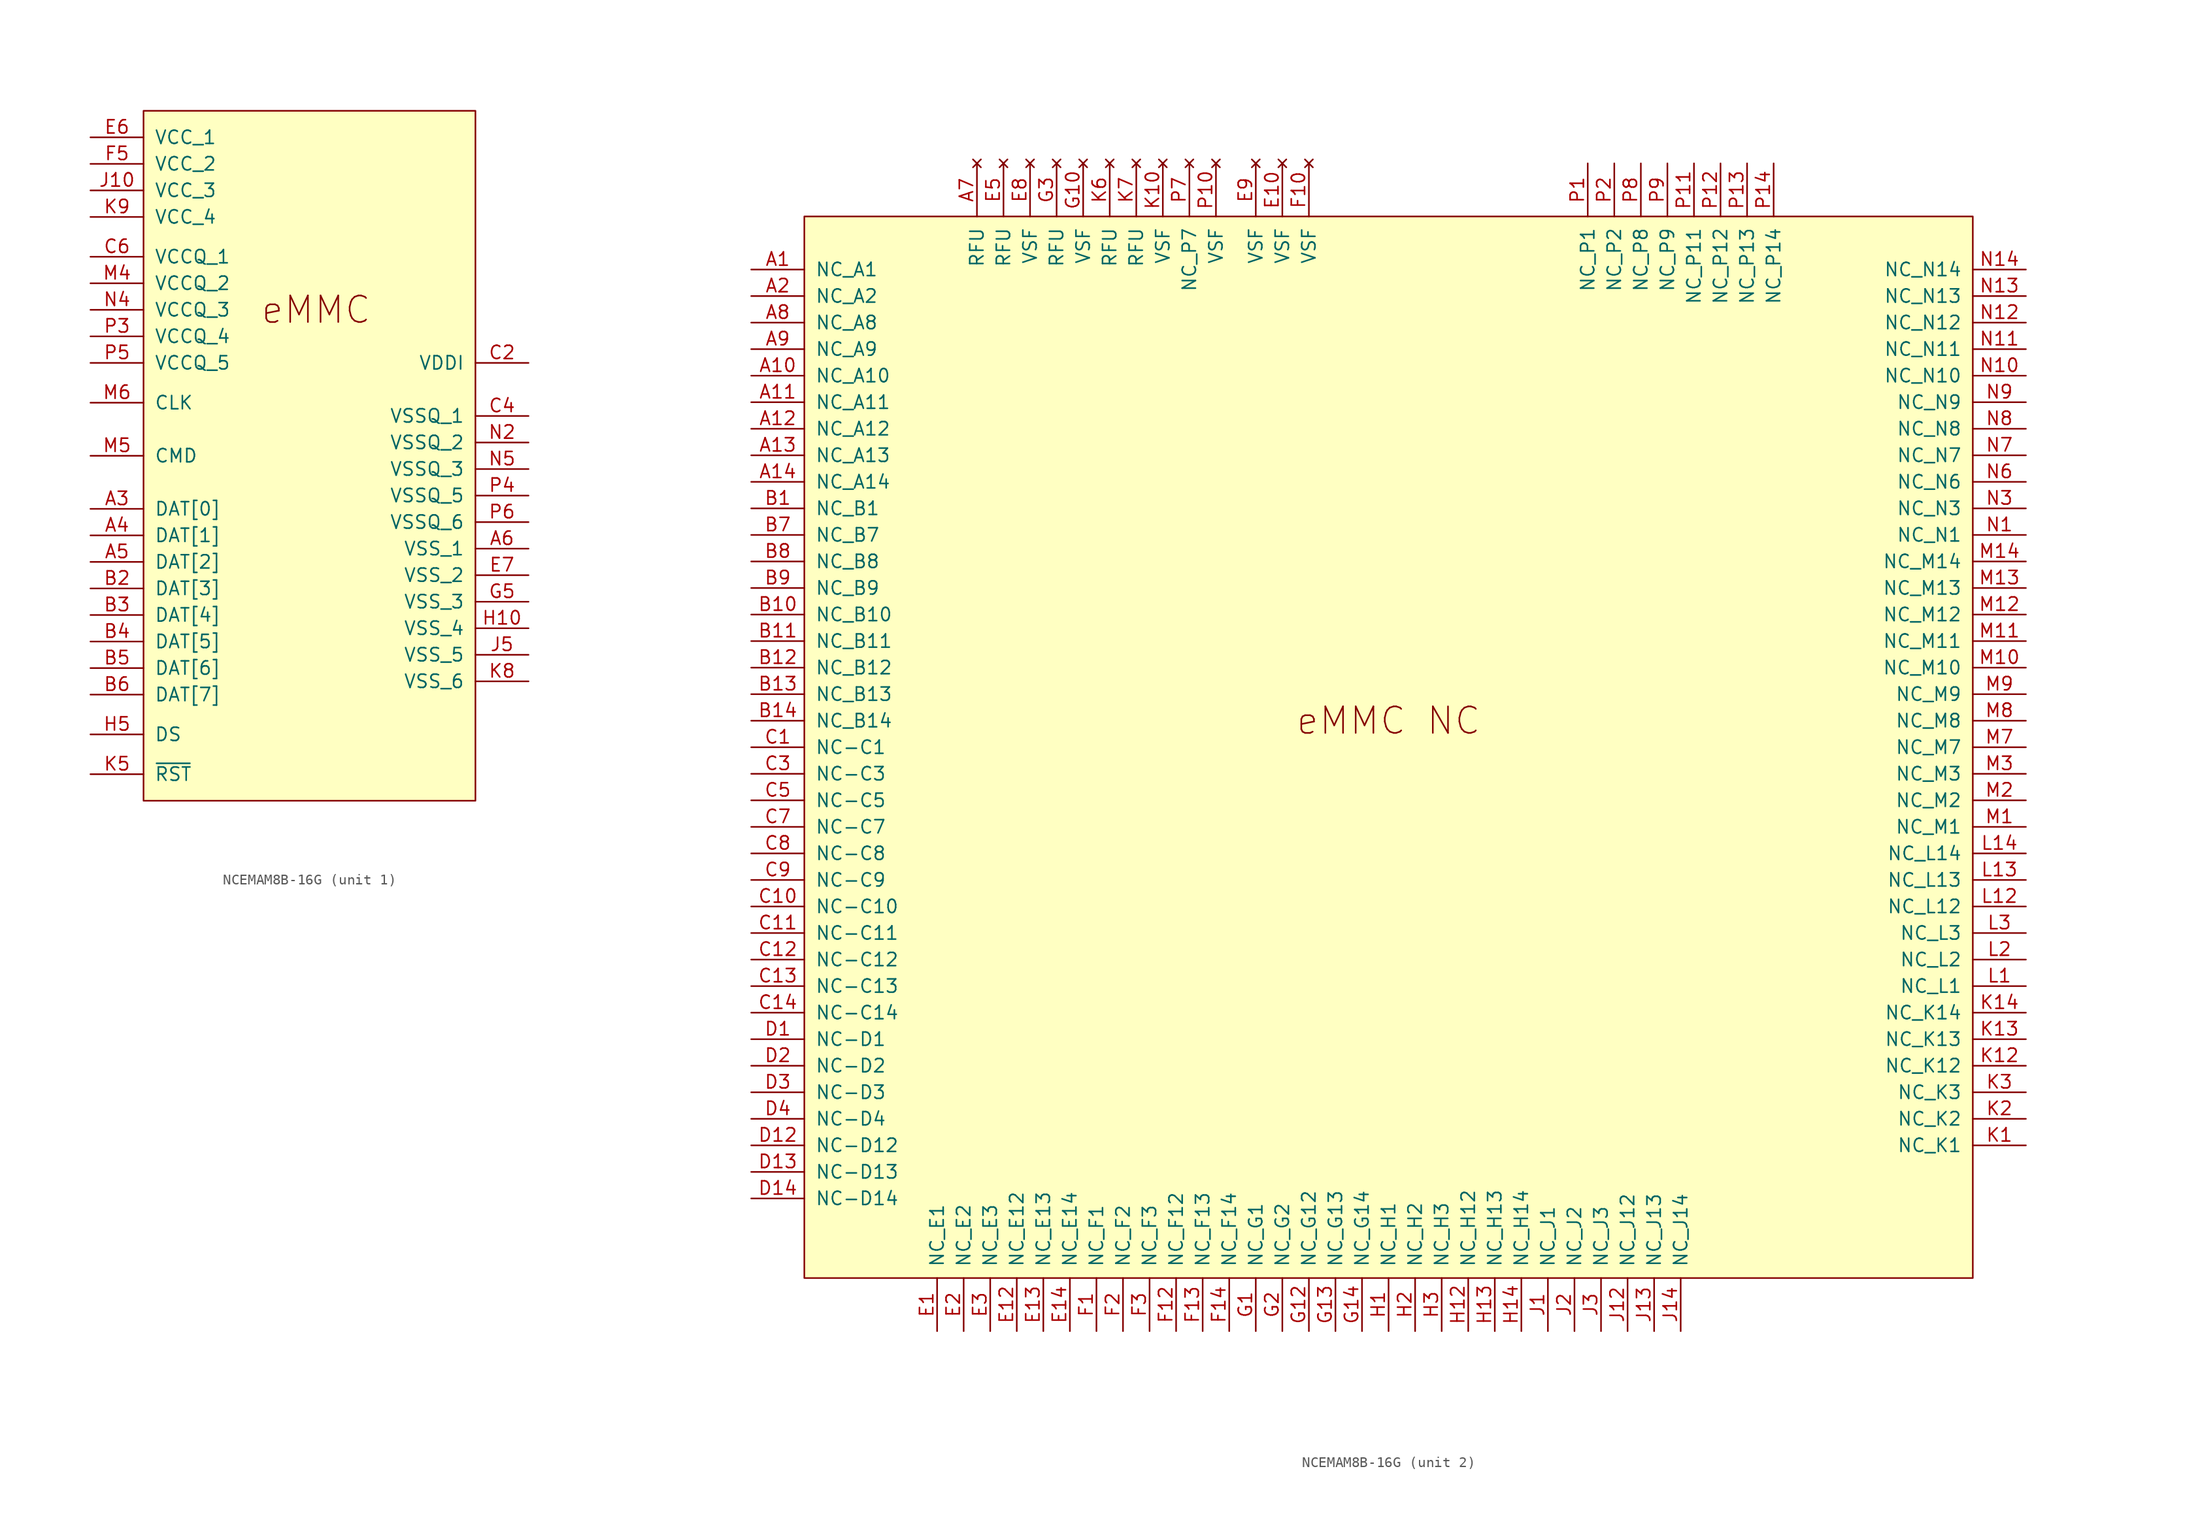
<source format=kicad_sym>
(kicad_symbol_lib
  (version 20211014)
  (generator kicad_symbol_editor)
  (symbol "NCEMAM8B-16G"
    (pin_names
      (offset 1.016))
    (property "Reference" "U"
      (at -33.02 55.88 0)
      (effects (font (size 1.27 1.27)) hide))
    (property "ki_locked" ""
      (at 0 0 0)
      (effects (font (size 1.27 1.27))))
    (symbol "NCEMAM8B-16G_1_1"
      (rectangle (start -34.29 54.61) (end -2.54 -11.43) (stroke (width 0) (type default) (color 0 0 0 0)) (fill (type background)))
      (text "eMMC" (at -17.78 35.56 0) (effects (font (size 2.54 2.54))))
      (pin bidirectional line (at -39.37 16.51 0) (length 5.08) (name "DAT[0]" (effects (font (size 1.27 1.27)))) (number "A3" (effects (font (size 1.27 1.27)))))
      (pin bidirectional line (at -39.37 13.97 0) (length 5.08) (name "DAT[1]" (effects (font (size 1.27 1.27)))) (number "A4" (effects (font (size 1.27 1.27)))))
      (pin bidirectional line (at -39.37 11.43 0) (length 5.08) (name "DAT[2]" (effects (font (size 1.27 1.27)))) (number "A5" (effects (font (size 1.27 1.27)))))
      (pin power_in line (at 2.54 12.7 180) (length 5.08) (name "VSS_1" (effects (font (size 1.27 1.27)))) (number "A6" (effects (font (size 1.27 1.27)))))
      (pin bidirectional line (at -39.37 8.89 0) (length 5.08) (name "DAT[3]" (effects (font (size 1.27 1.27)))) (number "B2" (effects (font (size 1.27 1.27)))))
      (pin bidirectional line (at -39.37 6.35 0) (length 5.08) (name "DAT[4]" (effects (font (size 1.27 1.27)))) (number "B3" (effects (font (size 1.27 1.27)))))
      (pin bidirectional line (at -39.37 3.81 0) (length 5.08) (name "DAT[5]" (effects (font (size 1.27 1.27)))) (number "B4" (effects (font (size 1.27 1.27)))))
      (pin bidirectional line (at -39.37 1.27 0) (length 5.08) (name "DAT[6]" (effects (font (size 1.27 1.27)))) (number "B5" (effects (font (size 1.27 1.27)))))
      (pin bidirectional line (at -39.37 -1.27 0) (length 5.08) (name "DAT[7]" (effects (font (size 1.27 1.27)))) (number "B6" (effects (font (size 1.27 1.27)))))
      (pin power_out line (at 2.54 30.48 180) (length 5.08) (name "VDDI" (effects (font (size 1.27 1.27)))) (number "C2" (effects (font (size 1.27 1.27)))))
      (pin power_in line (at 2.54 25.4 180) (length 5.08) (name "VSSQ_1" (effects (font (size 1.27 1.27)))) (number "C4" (effects (font (size 1.27 1.27)))))
      (pin power_in line (at -39.37 40.64 0) (length 5.08) (name "VCCQ_1" (effects (font (size 1.27 1.27)))) (number "C6" (effects (font (size 1.27 1.27)))))
      (pin power_in line (at -39.37 52.07 0) (length 5.08) (name "VCC_1" (effects (font (size 1.27 1.27)))) (number "E6" (effects (font (size 1.27 1.27)))))
      (pin power_in line (at 2.54 10.16 180) (length 5.08) (name "VSS_2" (effects (font (size 1.27 1.27)))) (number "E7" (effects (font (size 1.27 1.27)))))
      (pin power_in line (at -39.37 49.53 0) (length 5.08) (name "VCC_2" (effects (font (size 1.27 1.27)))) (number "F5" (effects (font (size 1.27 1.27)))))
      (pin power_in line (at 2.54 7.62 180) (length 5.08) (name "VSS_3" (effects (font (size 1.27 1.27)))) (number "G5" (effects (font (size 1.27 1.27)))))
      (pin power_in line (at 2.54 5.08 180) (length 5.08) (name "VSS_4" (effects (font (size 1.27 1.27)))) (number "H10" (effects (font (size 1.27 1.27)))))
      (pin output line (at -39.37 -5.08 0) (length 5.08) (name "DS" (effects (font (size 1.27 1.27)))) (number "H5" (effects (font (size 1.27 1.27)))))
      (pin power_in line (at -39.37 46.99 0) (length 5.08) (name "VCC_3" (effects (font (size 1.27 1.27)))) (number "J10" (effects (font (size 1.27 1.27)))))
      (pin power_in line (at 2.54 2.54 180) (length 5.08) (name "VSS_5" (effects (font (size 1.27 1.27)))) (number "J5" (effects (font (size 1.27 1.27)))))
      (pin input line (at -39.37 -8.89 0) (length 5.08) (name "~{RST}" (effects (font (size 1.27 1.27)))) (number "K5" (effects (font (size 1.27 1.27)))))
      (pin power_in line (at 2.54 0 180) (length 5.08) (name "VSS_6" (effects (font (size 1.27 1.27)))) (number "K8" (effects (font (size 1.27 1.27)))))
      (pin power_in line (at -39.37 44.45 0) (length 5.08) (name "VCC_4" (effects (font (size 1.27 1.27)))) (number "K9" (effects (font (size 1.27 1.27)))))
      (pin power_in line (at -39.37 38.1 0) (length 5.08) (name "VCCQ_2" (effects (font (size 1.27 1.27)))) (number "M4" (effects (font (size 1.27 1.27)))))
      (pin bidirectional line (at -39.37 21.59 0) (length 5.08) (name "CMD" (effects (font (size 1.27 1.27)))) (number "M5" (effects (font (size 1.27 1.27)))))
      (pin input line (at -39.37 26.67 0) (length 5.08) (name "CLK" (effects (font (size 1.27 1.27)))) (number "M6" (effects (font (size 1.27 1.27)))))
      (pin power_in line (at 2.54 22.86 180) (length 5.08) (name "VSSQ_2" (effects (font (size 1.27 1.27)))) (number "N2" (effects (font (size 1.27 1.27)))))
      (pin power_in line (at -39.37 35.56 0) (length 5.08) (name "VCCQ_3" (effects (font (size 1.27 1.27)))) (number "N4" (effects (font (size 1.27 1.27)))))
      (pin power_in line (at 2.54 20.32 180) (length 5.08) (name "VSSQ_3" (effects (font (size 1.27 1.27)))) (number "N5" (effects (font (size 1.27 1.27)))))
      (pin power_in line (at -39.37 33.02 0) (length 5.08) (name "VCCQ_4" (effects (font (size 1.27 1.27)))) (number "P3" (effects (font (size 1.27 1.27)))))
      (pin power_in line (at 2.54 17.78 180) (length 5.08) (name "VSSQ_5" (effects (font (size 1.27 1.27)))) (number "P4" (effects (font (size 1.27 1.27)))))
      (pin power_in line (at -39.37 30.48 0) (length 5.08) (name "VCCQ_5" (effects (font (size 1.27 1.27)))) (number "P5" (effects (font (size 1.27 1.27)))))
      (pin power_in line (at 2.54 15.24 180) (length 5.08) (name "VSSQ_6" (effects (font (size 1.27 1.27)))) (number "P6" (effects (font (size 1.27 1.27))))))
    (symbol "NCEMAM8B-16G_2_1"
      (rectangle (start 55.88 59.69) (end -55.88 -41.91) (stroke (width 0) (type default) (color 0 0 0 0)) (fill (type background)))
      (text "eMMC NC" (at 0 11.43 0) (effects (font (size 2.54 2.54))))
      (pin input line (at -60.96 54.61 0) (length 5.08) (name "NC_A1" (effects (font (size 1.27 1.27)))) (number "A1" (effects (font (size 1.27 1.27)))))
      (pin input line (at -60.96 44.45 0) (length 5.08) (name "NC_A10" (effects (font (size 1.27 1.27)))) (number "A10" (effects (font (size 1.27 1.27)))))
      (pin input line (at -60.96 41.91 0) (length 5.08) (name "NC_A11" (effects (font (size 1.27 1.27)))) (number "A11" (effects (font (size 1.27 1.27)))))
      (pin input line (at -60.96 39.37 0) (length 5.08) (name "NC_A12" (effects (font (size 1.27 1.27)))) (number "A12" (effects (font (size 1.27 1.27)))))
      (pin input line (at -60.96 36.83 0) (length 5.08) (name "NC_A13" (effects (font (size 1.27 1.27)))) (number "A13" (effects (font (size 1.27 1.27)))))
      (pin input line (at -60.96 34.29 0) (length 5.08) (name "NC_A14" (effects (font (size 1.27 1.27)))) (number "A14" (effects (font (size 1.27 1.27)))))
      (pin input line (at -60.96 52.07 0) (length 5.08) (name "NC_A2" (effects (font (size 1.27 1.27)))) (number "A2" (effects (font (size 1.27 1.27)))))
      (pin no_connect line (at -39.37 64.77 270) (length 5.08) (name "RFU" (effects (font (size 1.27 1.27)))) (number "A7" (effects (font (size 1.27 1.27)))))
      (pin input line (at -60.96 49.53 0) (length 5.08) (name "NC_A8" (effects (font (size 1.27 1.27)))) (number "A8" (effects (font (size 1.27 1.27)))))
      (pin input line (at -60.96 46.99 0) (length 5.08) (name "NC_A9" (effects (font (size 1.27 1.27)))) (number "A9" (effects (font (size 1.27 1.27)))))
      (pin input line (at -60.96 31.75 0) (length 5.08) (name "NC_B1" (effects (font (size 1.27 1.27)))) (number "B1" (effects (font (size 1.27 1.27)))))
      (pin input line (at -60.96 21.59 0) (length 5.08) (name "NC_B10" (effects (font (size 1.27 1.27)))) (number "B10" (effects (font (size 1.27 1.27)))))
      (pin input line (at -60.96 19.05 0) (length 5.08) (name "NC_B11" (effects (font (size 1.27 1.27)))) (number "B11" (effects (font (size 1.27 1.27)))))
      (pin input line (at -60.96 16.51 0) (length 5.08) (name "NC_B12" (effects (font (size 1.27 1.27)))) (number "B12" (effects (font (size 1.27 1.27)))))
      (pin input line (at -60.96 13.97 0) (length 5.08) (name "NC_B13" (effects (font (size 1.27 1.27)))) (number "B13" (effects (font (size 1.27 1.27)))))
      (pin input line (at -60.96 11.43 0) (length 5.08) (name "NC_B14" (effects (font (size 1.27 1.27)))) (number "B14" (effects (font (size 1.27 1.27)))))
      (pin input line (at -60.96 29.21 0) (length 5.08) (name "NC_B7" (effects (font (size 1.27 1.27)))) (number "B7" (effects (font (size 1.27 1.27)))))
      (pin input line (at -60.96 26.67 0) (length 5.08) (name "NC_B8" (effects (font (size 1.27 1.27)))) (number "B8" (effects (font (size 1.27 1.27)))))
      (pin input line (at -60.96 24.13 0) (length 5.08) (name "NC_B9" (effects (font (size 1.27 1.27)))) (number "B9" (effects (font (size 1.27 1.27)))))
      (pin input line (at -60.96 8.89 0) (length 5.08) (name "NC-C1" (effects (font (size 1.27 1.27)))) (number "C1" (effects (font (size 1.27 1.27)))))
      (pin input line (at -60.96 -6.35 0) (length 5.08) (name "NC-C10" (effects (font (size 1.27 1.27)))) (number "C10" (effects (font (size 1.27 1.27)))))
      (pin input line (at -60.96 -8.89 0) (length 5.08) (name "NC-C11" (effects (font (size 1.27 1.27)))) (number "C11" (effects (font (size 1.27 1.27)))))
      (pin input line (at -60.96 -11.43 0) (length 5.08) (name "NC-C12" (effects (font (size 1.27 1.27)))) (number "C12" (effects (font (size 1.27 1.27)))))
      (pin input line (at -60.96 -13.97 0) (length 5.08) (name "NC-C13" (effects (font (size 1.27 1.27)))) (number "C13" (effects (font (size 1.27 1.27)))))
      (pin input line (at -60.96 -16.51 0) (length 5.08) (name "NC-C14" (effects (font (size 1.27 1.27)))) (number "C14" (effects (font (size 1.27 1.27)))))
      (pin input line (at -60.96 6.35 0) (length 5.08) (name "NC-C3" (effects (font (size 1.27 1.27)))) (number "C3" (effects (font (size 1.27 1.27)))))
      (pin input line (at -60.96 3.81 0) (length 5.08) (name "NC-C5" (effects (font (size 1.27 1.27)))) (number "C5" (effects (font (size 1.27 1.27)))))
      (pin input line (at -60.96 1.27 0) (length 5.08) (name "NC-C7" (effects (font (size 1.27 1.27)))) (number "C7" (effects (font (size 1.27 1.27)))))
      (pin input line (at -60.96 -1.27 0) (length 5.08) (name "NC-C8" (effects (font (size 1.27 1.27)))) (number "C8" (effects (font (size 1.27 1.27)))))
      (pin input line (at -60.96 -3.81 0) (length 5.08) (name "NC-C9" (effects (font (size 1.27 1.27)))) (number "C9" (effects (font (size 1.27 1.27)))))
      (pin input line (at -60.96 -19.05 0) (length 5.08) (name "NC-D1" (effects (font (size 1.27 1.27)))) (number "D1" (effects (font (size 1.27 1.27)))))
      (pin input line (at -60.96 -29.21 0) (length 5.08) (name "NC-D12" (effects (font (size 1.27 1.27)))) (number "D12" (effects (font (size 1.27 1.27)))))
      (pin input line (at -60.96 -31.75 0) (length 5.08) (name "NC-D13" (effects (font (size 1.27 1.27)))) (number "D13" (effects (font (size 1.27 1.27)))))
      (pin input line (at -60.96 -34.29 0) (length 5.08) (name "NC-D14" (effects (font (size 1.27 1.27)))) (number "D14" (effects (font (size 1.27 1.27)))))
      (pin input line (at -60.96 -21.59 0) (length 5.08) (name "NC-D2" (effects (font (size 1.27 1.27)))) (number "D2" (effects (font (size 1.27 1.27)))))
      (pin input line (at -60.96 -24.13 0) (length 5.08) (name "NC-D3" (effects (font (size 1.27 1.27)))) (number "D3" (effects (font (size 1.27 1.27)))))
      (pin input line (at -60.96 -26.67 0) (length 5.08) (name "NC-D4" (effects (font (size 1.27 1.27)))) (number "D4" (effects (font (size 1.27 1.27)))))
      (pin input line (at -43.18 -46.99 90) (length 5.08) (name "NC_E1" (effects (font (size 1.27 1.27)))) (number "E1" (effects (font (size 1.27 1.27)))))
      (pin no_connect line (at -10.16 64.77 270) (length 5.08) (name "VSF" (effects (font (size 1.27 1.27)))) (number "E10" (effects (font (size 1.27 1.27)))))
      (pin input line (at -35.56 -46.99 90) (length 5.08) (name "NC_E12" (effects (font (size 1.27 1.27)))) (number "E12" (effects (font (size 1.27 1.27)))))
      (pin input line (at -33.02 -46.99 90) (length 5.08) (name "NC_E13" (effects (font (size 1.27 1.27)))) (number "E13" (effects (font (size 1.27 1.27)))))
      (pin input line (at -30.48 -46.99 90) (length 5.08) (name "NC_E14" (effects (font (size 1.27 1.27)))) (number "E14" (effects (font (size 1.27 1.27)))))
      (pin input line (at -40.64 -46.99 90) (length 5.08) (name "NC_E2" (effects (font (size 1.27 1.27)))) (number "E2" (effects (font (size 1.27 1.27)))))
      (pin input line (at -38.1 -46.99 90) (length 5.08) (name "NC_E3" (effects (font (size 1.27 1.27)))) (number "E3" (effects (font (size 1.27 1.27)))))
      (pin no_connect line (at -36.83 64.77 270) (length 5.08) (name "RFU" (effects (font (size 1.27 1.27)))) (number "E5" (effects (font (size 1.27 1.27)))))
      (pin no_connect line (at -34.29 64.77 270) (length 5.08) (name "VSF" (effects (font (size 1.27 1.27)))) (number "E8" (effects (font (size 1.27 1.27)))))
      (pin no_connect line (at -12.7 64.77 270) (length 5.08) (name "VSF" (effects (font (size 1.27 1.27)))) (number "E9" (effects (font (size 1.27 1.27)))))
      (pin input line (at -27.94 -46.99 90) (length 5.08) (name "NC_F1" (effects (font (size 1.27 1.27)))) (number "F1" (effects (font (size 1.27 1.27)))))
      (pin no_connect line (at -7.62 64.77 270) (length 5.08) (name "VSF" (effects (font (size 1.27 1.27)))) (number "F10" (effects (font (size 1.27 1.27)))))
      (pin input line (at -20.32 -46.99 90) (length 5.08) (name "NC_F12" (effects (font (size 1.27 1.27)))) (number "F12" (effects (font (size 1.27 1.27)))))
      (pin input line (at -17.78 -46.99 90) (length 5.08) (name "NC_F13" (effects (font (size 1.27 1.27)))) (number "F13" (effects (font (size 1.27 1.27)))))
      (pin input line (at -15.24 -46.99 90) (length 5.08) (name "NC_F14" (effects (font (size 1.27 1.27)))) (number "F14" (effects (font (size 1.27 1.27)))))
      (pin input line (at -25.4 -46.99 90) (length 5.08) (name "NC_F2" (effects (font (size 1.27 1.27)))) (number "F2" (effects (font (size 1.27 1.27)))))
      (pin input line (at -22.86 -46.99 90) (length 5.08) (name "NC_F3" (effects (font (size 1.27 1.27)))) (number "F3" (effects (font (size 1.27 1.27)))))
      (pin input line (at -12.7 -46.99 90) (length 5.08) (name "NC_G1" (effects (font (size 1.27 1.27)))) (number "G1" (effects (font (size 1.27 1.27)))))
      (pin no_connect line (at -29.21 64.77 270) (length 5.08) (name "VSF" (effects (font (size 1.27 1.27)))) (number "G10" (effects (font (size 1.27 1.27)))))
      (pin input line (at -7.62 -46.99 90) (length 5.08) (name "NC_G12" (effects (font (size 1.27 1.27)))) (number "G12" (effects (font (size 1.27 1.27)))))
      (pin input line (at -5.08 -46.99 90) (length 5.08) (name "NC_G13" (effects (font (size 1.27 1.27)))) (number "G13" (effects (font (size 1.27 1.27)))))
      (pin input line (at -2.54 -46.99 90) (length 5.08) (name "NC_G14" (effects (font (size 1.27 1.27)))) (number "G14" (effects (font (size 1.27 1.27)))))
      (pin input line (at -10.16 -46.99 90) (length 5.08) (name "NC_G2" (effects (font (size 1.27 1.27)))) (number "G2" (effects (font (size 1.27 1.27)))))
      (pin no_connect line (at -31.75 64.77 270) (length 5.08) (name "RFU" (effects (font (size 1.27 1.27)))) (number "G3" (effects (font (size 1.27 1.27)))))
      (pin input line (at 0 -46.99 90) (length 5.08) (name "NC_H1" (effects (font (size 1.27 1.27)))) (number "H1" (effects (font (size 1.27 1.27)))))
      (pin input line (at 7.62 -46.99 90) (length 5.08) (name "NC_H12" (effects (font (size 1.27 1.27)))) (number "H12" (effects (font (size 1.27 1.27)))))
      (pin input line (at 10.16 -46.99 90) (length 5.08) (name "NC_H13" (effects (font (size 1.27 1.27)))) (number "H13" (effects (font (size 1.27 1.27)))))
      (pin input line (at 12.7 -46.99 90) (length 5.08) (name "NC_H14" (effects (font (size 1.27 1.27)))) (number "H14" (effects (font (size 1.27 1.27)))))
      (pin input line (at 2.54 -46.99 90) (length 5.08) (name "NC_H2" (effects (font (size 1.27 1.27)))) (number "H2" (effects (font (size 1.27 1.27)))))
      (pin input line (at 5.08 -46.99 90) (length 5.08) (name "NC_H3" (effects (font (size 1.27 1.27)))) (number "H3" (effects (font (size 1.27 1.27)))))
      (pin input line (at 15.24 -46.99 90) (length 5.08) (name "NC_J1" (effects (font (size 1.27 1.27)))) (number "J1" (effects (font (size 1.27 1.27)))))
      (pin input line (at 22.86 -46.99 90) (length 5.08) (name "NC_J12" (effects (font (size 1.27 1.27)))) (number "J12" (effects (font (size 1.27 1.27)))))
      (pin input line (at 25.4 -46.99 90) (length 5.08) (name "NC_J13" (effects (font (size 1.27 1.27)))) (number "J13" (effects (font (size 1.27 1.27)))))
      (pin input line (at 27.94 -46.99 90) (length 5.08) (name "NC_J14" (effects (font (size 1.27 1.27)))) (number "J14" (effects (font (size 1.27 1.27)))))
      (pin input line (at 17.78 -46.99 90) (length 5.08) (name "NC_J2" (effects (font (size 1.27 1.27)))) (number "J2" (effects (font (size 1.27 1.27)))))
      (pin input line (at 20.32 -46.99 90) (length 5.08) (name "NC_J3" (effects (font (size 1.27 1.27)))) (number "J3" (effects (font (size 1.27 1.27)))))
      (pin input line (at 60.96 -29.21 180) (length 5.08) (name "NC_K1" (effects (font (size 1.27 1.27)))) (number "K1" (effects (font (size 1.27 1.27)))))
      (pin no_connect line (at -21.59 64.77 270) (length 5.08) (name "VSF" (effects (font (size 1.27 1.27)))) (number "K10" (effects (font (size 1.27 1.27)))))
      (pin input line (at 60.96 -21.59 180) (length 5.08) (name "NC_K12" (effects (font (size 1.27 1.27)))) (number "K12" (effects (font (size 1.27 1.27)))))
      (pin input line (at 60.96 -19.05 180) (length 5.08) (name "NC_K13" (effects (font (size 1.27 1.27)))) (number "K13" (effects (font (size 1.27 1.27)))))
      (pin input line (at 60.96 -16.51 180) (length 5.08) (name "NC_K14" (effects (font (size 1.27 1.27)))) (number "K14" (effects (font (size 1.27 1.27)))))
      (pin input line (at 60.96 -26.67 180) (length 5.08) (name "NC_K2" (effects (font (size 1.27 1.27)))) (number "K2" (effects (font (size 1.27 1.27)))))
      (pin input line (at 60.96 -24.13 180) (length 5.08) (name "NC_K3" (effects (font (size 1.27 1.27)))) (number "K3" (effects (font (size 1.27 1.27)))))
      (pin no_connect line (at -26.67 64.77 270) (length 5.08) (name "RFU" (effects (font (size 1.27 1.27)))) (number "K6" (effects (font (size 1.27 1.27)))))
      (pin no_connect line (at -24.13 64.77 270) (length 5.08) (name "RFU" (effects (font (size 1.27 1.27)))) (number "K7" (effects (font (size 1.27 1.27)))))
      (pin input line (at 60.96 -13.97 180) (length 5.08) (name "NC_L1" (effects (font (size 1.27 1.27)))) (number "L1" (effects (font (size 1.27 1.27)))))
      (pin input line (at 60.96 -6.35 180) (length 5.08) (name "NC_L12" (effects (font (size 1.27 1.27)))) (number "L12" (effects (font (size 1.27 1.27)))))
      (pin input line (at 60.96 -3.81 180) (length 5.08) (name "NC_L13" (effects (font (size 1.27 1.27)))) (number "L13" (effects (font (size 1.27 1.27)))))
      (pin input line (at 60.96 -1.27 180) (length 5.08) (name "NC_L14" (effects (font (size 1.27 1.27)))) (number "L14" (effects (font (size 1.27 1.27)))))
      (pin input line (at 60.96 -11.43 180) (length 5.08) (name "NC_L2" (effects (font (size 1.27 1.27)))) (number "L2" (effects (font (size 1.27 1.27)))))
      (pin input line (at 60.96 -8.89 180) (length 5.08) (name "NC_L3" (effects (font (size 1.27 1.27)))) (number "L3" (effects (font (size 1.27 1.27)))))
      (pin input line (at 60.96 1.27 180) (length 5.08) (name "NC_M1" (effects (font (size 1.27 1.27)))) (number "M1" (effects (font (size 1.27 1.27)))))
      (pin input line (at 60.96 16.51 180) (length 5.08) (name "NC_M10" (effects (font (size 1.27 1.27)))) (number "M10" (effects (font (size 1.27 1.27)))))
      (pin input line (at 60.96 19.05 180) (length 5.08) (name "NC_M11" (effects (font (size 1.27 1.27)))) (number "M11" (effects (font (size 1.27 1.27)))))
      (pin input line (at 60.96 21.59 180) (length 5.08) (name "NC_M12" (effects (font (size 1.27 1.27)))) (number "M12" (effects (font (size 1.27 1.27)))))
      (pin input line (at 60.96 24.13 180) (length 5.08) (name "NC_M13" (effects (font (size 1.27 1.27)))) (number "M13" (effects (font (size 1.27 1.27)))))
      (pin input line (at 60.96 26.67 180) (length 5.08) (name "NC_M14" (effects (font (size 1.27 1.27)))) (number "M14" (effects (font (size 1.27 1.27)))))
      (pin input line (at 60.96 3.81 180) (length 5.08) (name "NC_M2" (effects (font (size 1.27 1.27)))) (number "M2" (effects (font (size 1.27 1.27)))))
      (pin input line (at 60.96 6.35 180) (length 5.08) (name "NC_M3" (effects (font (size 1.27 1.27)))) (number "M3" (effects (font (size 1.27 1.27)))))
      (pin input line (at 60.96 8.89 180) (length 5.08) (name "NC_M7" (effects (font (size 1.27 1.27)))) (number "M7" (effects (font (size 1.27 1.27)))))
      (pin input line (at 60.96 11.43 180) (length 5.08) (name "NC_M8" (effects (font (size 1.27 1.27)))) (number "M8" (effects (font (size 1.27 1.27)))))
      (pin input line (at 60.96 13.97 180) (length 5.08) (name "NC_M9" (effects (font (size 1.27 1.27)))) (number "M9" (effects (font (size 1.27 1.27)))))
      (pin input line (at 60.96 29.21 180) (length 5.08) (name "NC_N1" (effects (font (size 1.27 1.27)))) (number "N1" (effects (font (size 1.27 1.27)))))
      (pin input line (at 60.96 44.45 180) (length 5.08) (name "NC_N10" (effects (font (size 1.27 1.27)))) (number "N10" (effects (font (size 1.27 1.27)))))
      (pin input line (at 60.96 46.99 180) (length 5.08) (name "NC_N11" (effects (font (size 1.27 1.27)))) (number "N11" (effects (font (size 1.27 1.27)))))
      (pin input line (at 60.96 49.53 180) (length 5.08) (name "NC_N12" (effects (font (size 1.27 1.27)))) (number "N12" (effects (font (size 1.27 1.27)))))
      (pin input line (at 60.96 52.07 180) (length 5.08) (name "NC_N13" (effects (font (size 1.27 1.27)))) (number "N13" (effects (font (size 1.27 1.27)))))
      (pin input line (at 60.96 54.61 180) (length 5.08) (name "NC_N14" (effects (font (size 1.27 1.27)))) (number "N14" (effects (font (size 1.27 1.27)))))
      (pin input line (at 60.96 31.75 180) (length 5.08) (name "NC_N3" (effects (font (size 1.27 1.27)))) (number "N3" (effects (font (size 1.27 1.27)))))
      (pin input line (at 60.96 34.29 180) (length 5.08) (name "NC_N6" (effects (font (size 1.27 1.27)))) (number "N6" (effects (font (size 1.27 1.27)))))
      (pin input line (at 60.96 36.83 180) (length 5.08) (name "NC_N7" (effects (font (size 1.27 1.27)))) (number "N7" (effects (font (size 1.27 1.27)))))
      (pin input line (at 60.96 39.37 180) (length 5.08) (name "NC_N8" (effects (font (size 1.27 1.27)))) (number "N8" (effects (font (size 1.27 1.27)))))
      (pin input line (at 60.96 41.91 180) (length 5.08) (name "NC_N9" (effects (font (size 1.27 1.27)))) (number "N9" (effects (font (size 1.27 1.27)))))
      (pin input line (at 19.05 64.77 270) (length 5.08) (name "NC_P1" (effects (font (size 1.27 1.27)))) (number "P1" (effects (font (size 1.27 1.27)))))
      (pin no_connect line (at -16.51 64.77 270) (length 5.08) (name "VSF" (effects (font (size 1.27 1.27)))) (number "P10" (effects (font (size 1.27 1.27)))))
      (pin input line (at 29.21 64.77 270) (length 5.08) (name "NC_P11" (effects (font (size 1.27 1.27)))) (number "P11" (effects (font (size 1.27 1.27)))))
      (pin input line (at 31.75 64.77 270) (length 5.08) (name "NC_P12" (effects (font (size 1.27 1.27)))) (number "P12" (effects (font (size 1.27 1.27)))))
      (pin input line (at 34.29 64.77 270) (length 5.08) (name "NC_P13" (effects (font (size 1.27 1.27)))) (number "P13" (effects (font (size 1.27 1.27)))))
      (pin input line (at 36.83 64.77 270) (length 5.08) (name "NC_P14" (effects (font (size 1.27 1.27)))) (number "P14" (effects (font (size 1.27 1.27)))))
      (pin input line (at 21.59 64.77 270) (length 5.08) (name "NC_P2" (effects (font (size 1.27 1.27)))) (number "P2" (effects (font (size 1.27 1.27)))))
      (pin no_connect line (at -19.05 64.77 270) (length 5.08) (name "NC_P7" (effects (font (size 1.27 1.27)))) (number "P7" (effects (font (size 1.27 1.27)))))
      (pin input line (at 24.13 64.77 270) (length 5.08) (name "NC_P8" (effects (font (size 1.27 1.27)))) (number "P8" (effects (font (size 1.27 1.27)))))
      (pin input line (at 26.67 64.77 270) (length 5.08) (name "NC_P9" (effects (font (size 1.27 1.27)))) (number "P9" (effects (font (size 1.27 1.27))))))))
</source>
